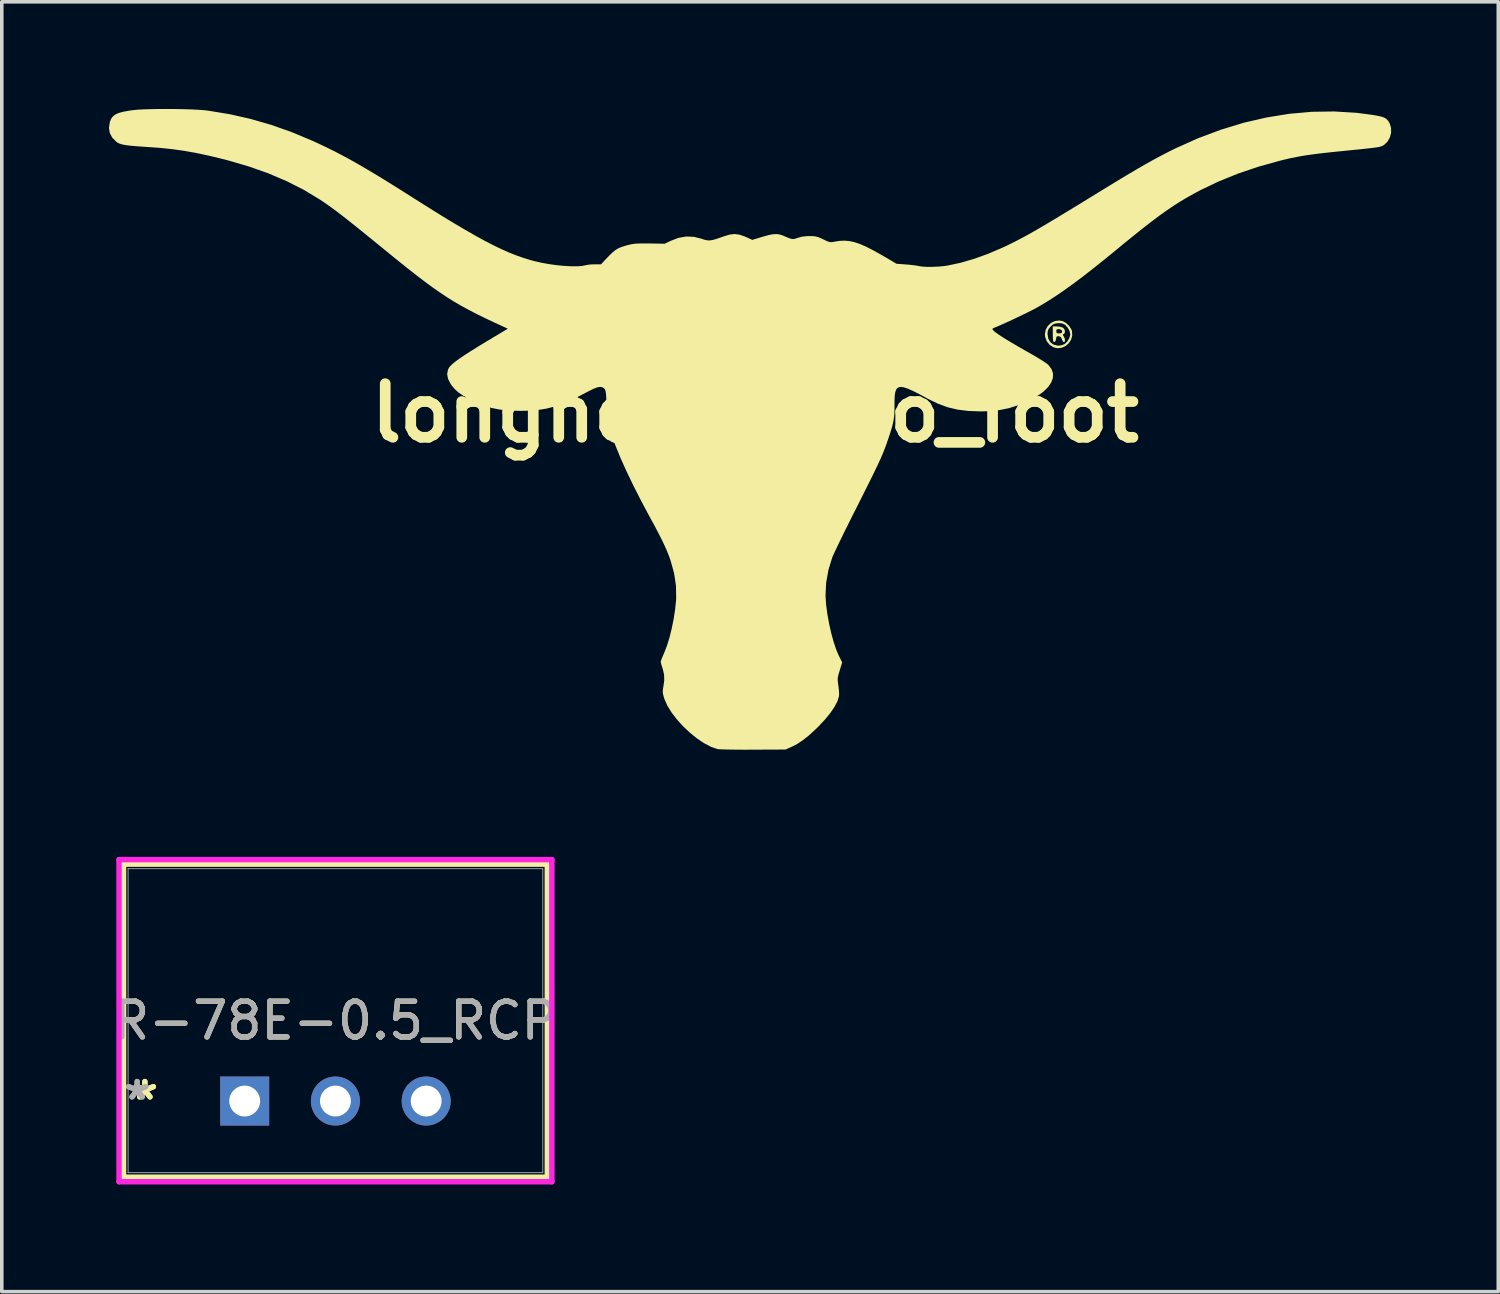
<source format=kicad_pcb>
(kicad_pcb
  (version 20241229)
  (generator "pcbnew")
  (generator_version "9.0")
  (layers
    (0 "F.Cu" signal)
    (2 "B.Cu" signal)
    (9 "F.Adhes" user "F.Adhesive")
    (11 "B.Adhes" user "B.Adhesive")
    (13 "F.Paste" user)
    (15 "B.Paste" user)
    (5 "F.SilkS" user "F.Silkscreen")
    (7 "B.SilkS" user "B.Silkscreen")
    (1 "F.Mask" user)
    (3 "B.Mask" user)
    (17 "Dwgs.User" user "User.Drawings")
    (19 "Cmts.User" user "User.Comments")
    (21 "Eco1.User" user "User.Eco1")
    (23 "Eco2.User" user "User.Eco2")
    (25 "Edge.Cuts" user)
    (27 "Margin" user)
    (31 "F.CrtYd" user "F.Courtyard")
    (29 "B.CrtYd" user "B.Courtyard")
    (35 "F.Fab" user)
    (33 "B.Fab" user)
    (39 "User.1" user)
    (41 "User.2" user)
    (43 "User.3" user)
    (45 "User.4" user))
  (footprint "longhorn_logo_foot"
    (layer "F.Cu")
    (at 18.09 8.512)
    (property "Reference" "longhorn_logo_foot" (at 0 0 0) (layer "F.SilkS") (effects (font (size 1.5 1.5) (thickness 0.3))))
    (attr board_only exclude_from_pos_files exclude_from_bom)
    (fp_poly (pts (xy 8.531 -2.417) (xy 8.601 -2.395) (xy 8.616 -2.387) (xy 8.655 -2.34) (xy 8.67 -2.282) (xy 8.658 -2.233) (xy 8.634 -2.213) (xy 8.611 -2.198) (xy 8.619 -2.17) (xy 8.634 -2.148) (xy 8.662 -2.09) (xy 8.67 -2.033) (xy 8.658 -1.993) (xy 8.639 -1.984) (xy 8.612 -2.005) (xy 8.586 -2.056) (xy 8.584 -2.064) (xy 8.556 -2.124) (xy 8.509 -2.149) (xy 8.495 -2.151) (xy 8.449 -2.15) (xy 8.428 -2.123) (xy 8.421 -2.079) (xy 8.405 -2.016) (xy 8.377 -1.988) (xy 8.345 -2) (xy 8.337 -2.031) (xy 8.331 -2.098) (xy 8.328 -2.188) (xy 8.328 -2.221) (xy 8.328 -2.29) (xy 8.426 -2.29) (xy 8.434 -2.246) (xy 8.468 -2.23) (xy 8.498 -2.229) (xy 8.554 -2.236) (xy 8.584 -2.251) (xy 8.59 -2.297) (xy 8.558 -2.335) (xy 8.5 -2.351) (xy 8.497 -2.351) (xy 8.445 -2.344) (xy 8.427 -2.314) (xy 8.426 -2.29) (xy 8.328 -2.29) (xy 8.328 -2.425) (xy 8.445 -2.425)) (stroke (width 0) (type solid)) (fill yes) (layer "F.SilkS"))
    (fp_poly (pts (xy 8.605 -2.573) (xy 8.698 -2.523) (xy 8.784 -2.442) (xy 8.846 -2.348) (xy 8.866 -2.293) (xy 8.873 -2.166) (xy 8.839 -2.05) (xy 8.772 -1.95) (xy 8.681 -1.873) (xy 8.571 -1.826) (xy 8.452 -1.816) (xy 8.352 -1.84) (xy 8.241 -1.909) (xy 8.159 -2.011) (xy 8.114 -2.134) (xy 8.107 -2.204) (xy 8.109 -2.215) (xy 8.181 -2.215) (xy 8.201 -2.086) (xy 8.257 -1.985) (xy 8.346 -1.917) (xy 8.462 -1.888) (xy 8.487 -1.887) (xy 8.573 -1.898) (xy 8.653 -1.928) (xy 8.66 -1.932) (xy 8.73 -1.996) (xy 8.786 -2.086) (xy 8.816 -2.179) (xy 8.818 -2.204) (xy 8.799 -2.294) (xy 8.749 -2.387) (xy 8.683 -2.462) (xy 8.66 -2.478) (xy 8.588 -2.51) (xy 8.502 -2.517) (xy 8.464 -2.515) (xy 8.379 -2.501) (xy 8.318 -2.469) (xy 8.262 -2.416) (xy 8.209 -2.349) (xy 8.186 -2.285) (xy 8.181 -2.215) (xy 8.109 -2.215) (xy 8.129 -2.331) (xy 8.189 -2.439) (xy 8.278 -2.523) (xy 8.388 -2.576) (xy 8.509 -2.591)) (stroke (width 0) (type solid)) (fill yes) (layer "F.SilkS"))
    (fp_poly (pts (xy -16.232 -8.51) (xy -15.999 -8.506) (xy -15.781 -8.499) (xy -15.586 -8.489) (xy -15.422 -8.477) (xy -15.321 -8.466) (xy -14.713 -8.366) (xy -14.128 -8.234) (xy -13.553 -8.068) (xy -12.981 -7.866) (xy -12.399 -7.623) (xy -12.202 -7.533) (xy -11.986 -7.43) (xy -11.772 -7.324) (xy -11.556 -7.211) (xy -11.333 -7.091) (xy -11.099 -6.958) (xy -10.848 -6.812) (xy -10.576 -6.649) (xy -10.278 -6.466) (xy -9.95 -6.261) (xy -9.587 -6.031) (xy -9.565 -6.017) (xy -9.151 -5.756) (xy -8.775 -5.522) (xy -8.431 -5.313) (xy -8.118 -5.128) (xy -7.831 -4.964) (xy -7.569 -4.82) (xy -7.326 -4.695) (xy -7.101 -4.587) (xy -6.889 -4.493) (xy -6.688 -4.413) (xy -6.495 -4.345) (xy -6.305 -4.287) (xy -6.185 -4.254) (xy -5.987 -4.208) (xy -5.776 -4.17) (xy -5.562 -4.14) (xy -5.353 -4.12) (xy -5.157 -4.109) (xy -4.984 -4.108) (xy -4.842 -4.119) (xy -4.752 -4.137) (xy -4.683 -4.151) (xy -4.587 -4.161) (xy -4.492 -4.164) (xy -4.317 -4.164) (xy -4.21 -4.279) (xy -4.092 -4.403) (xy -3.996 -4.495) (xy -3.911 -4.564) (xy -3.826 -4.614) (xy -3.733 -4.653) (xy -3.62 -4.688) (xy -3.556 -4.705) (xy -3.475 -4.724) (xy -3.395 -4.737) (xy -3.305 -4.745) (xy -3.195 -4.748) (xy -3.052 -4.748) (xy -2.951 -4.747) (xy -2.535 -4.74) (xy -2.375 -4.817) (xy -2.15 -4.904) (xy -1.931 -4.942) (xy -1.715 -4.933) (xy -1.514 -4.882) (xy -1.425 -4.852) (xy -1.349 -4.836) (xy -1.275 -4.832) (xy -1.194 -4.844) (xy -1.093 -4.872) (xy -0.964 -4.916) (xy -0.882 -4.946) (xy -0.721 -4.995) (xy -0.581 -5.012) (xy -0.444 -4.994) (xy -0.294 -4.943) (xy -0.243 -4.921) (xy -0.083 -4.847) (xy 0.21 -4.936) (xy 0.367 -4.98) (xy 0.491 -5.005) (xy 0.593 -5.011) (xy 0.685 -4.998) (xy 0.779 -4.967) (xy 0.808 -4.954) (xy 0.917 -4.908) (xy 0.994 -4.88) (xy 1.053 -4.87) (xy 1.105 -4.876) (xy 1.164 -4.895) (xy 1.187 -4.904) (xy 1.304 -4.937) (xy 1.446 -4.952) (xy 1.512 -4.954) (xy 1.617 -4.952) (xy 1.696 -4.943) (xy 1.77 -4.922) (xy 1.857 -4.884) (xy 1.901 -4.863) (xy 1.994 -4.819) (xy 2.059 -4.793) (xy 2.11 -4.784) (xy 2.164 -4.787) (xy 2.225 -4.798) (xy 2.364 -4.82) (xy 2.498 -4.826) (xy 2.632 -4.815) (xy 2.773 -4.785) (xy 2.926 -4.734) (xy 3.097 -4.66) (xy 3.291 -4.561) (xy 3.516 -4.436) (xy 3.661 -4.352) (xy 3.954 -4.179) (xy 4.212 -4.16) (xy 4.331 -4.15) (xy 4.443 -4.137) (xy 4.532 -4.124) (xy 4.568 -4.116) (xy 4.668 -4.101) (xy 4.802 -4.093) (xy 4.958 -4.093) (xy 5.122 -4.1) (xy 5.282 -4.114) (xy 5.39 -4.13) (xy 5.745 -4.206) (xy 6.123 -4.316) (xy 6.513 -4.456) (xy 6.907 -4.624) (xy 7.03 -4.681) (xy 7.155 -4.742) (xy 7.277 -4.803) (xy 7.4 -4.867) (xy 7.528 -4.935) (xy 7.664 -5.01) (xy 7.811 -5.093) (xy 7.974 -5.187) (xy 8.155 -5.294) (xy 8.359 -5.415) (xy 8.588 -5.554) (xy 8.847 -5.711) (xy 9.139 -5.889) (xy 9.467 -6.091) (xy 9.611 -6.179) (xy 9.937 -6.379) (xy 10.226 -6.555) (xy 10.484 -6.709) (xy 10.716 -6.846) (xy 10.926 -6.967) (xy 11.119 -7.075) (xy 11.3 -7.173) (xy 11.475 -7.265) (xy 11.647 -7.352) (xy 11.769 -7.412) (xy 12.401 -7.695) (xy 13.038 -7.933) (xy 13.676 -8.127) (xy 14.314 -8.274) (xy 14.949 -8.377) (xy 15.581 -8.433) (xy 16.206 -8.442) (xy 16.822 -8.405) (xy 17.263 -8.348) (xy 17.416 -8.322) (xy 17.53 -8.296) (xy 17.612 -8.267) (xy 17.671 -8.229) (xy 17.716 -8.179) (xy 17.755 -8.113) (xy 17.759 -8.106) (xy 17.797 -7.981) (xy 17.798 -7.846) (xy 17.763 -7.714) (xy 17.697 -7.598) (xy 17.604 -7.508) (xy 17.566 -7.486) (xy 17.54 -7.473) (xy 17.512 -7.463) (xy 17.477 -7.453) (xy 17.429 -7.443) (xy 17.365 -7.433) (xy 17.28 -7.422) (xy 17.167 -7.409) (xy 17.024 -7.393) (xy 16.845 -7.375) (xy 16.625 -7.353) (xy 16.456 -7.336) (xy 16.161 -7.306) (xy 15.907 -7.279) (xy 15.687 -7.252) (xy 15.494 -7.226) (xy 15.32 -7.199) (xy 15.158 -7.17) (xy 15 -7.138) (xy 14.838 -7.101) (xy 14.688 -7.064) (xy 14.088 -6.897) (xy 13.514 -6.703) (xy 12.973 -6.484) (xy 12.477 -6.248) (xy 12.275 -6.14) (xy 12.082 -6.032) (xy 11.894 -5.92) (xy 11.706 -5.8) (xy 11.512 -5.668) (xy 11.308 -5.523) (xy 11.09 -5.359) (xy 10.852 -5.174) (xy 10.59 -4.964) (xy 10.298 -4.727) (xy 10.165 -4.617) (xy 9.809 -4.326) (xy 9.485 -4.067) (xy 9.189 -3.836) (xy 8.916 -3.63) (xy 8.663 -3.448) (xy 8.427 -3.286) (xy 8.202 -3.141) (xy 7.987 -3.011) (xy 7.843 -2.93) (xy 7.754 -2.883) (xy 7.637 -2.824) (xy 7.499 -2.757) (xy 7.35 -2.685) (xy 7.197 -2.613) (xy 7.05 -2.545) (xy 6.916 -2.484) (xy 6.803 -2.435) (xy 6.721 -2.4) (xy 6.689 -2.389) (xy 6.648 -2.368) (xy 6.638 -2.352) (xy 6.657 -2.319) (xy 6.715 -2.267) (xy 6.813 -2.197) (xy 6.952 -2.106) (xy 7.131 -1.996) (xy 7.353 -1.866) (xy 7.618 -1.714) (xy 7.752 -1.639) (xy 7.88 -1.564) (xy 8 -1.491) (xy 8.102 -1.425) (xy 8.176 -1.372) (xy 8.205 -1.347) (xy 8.293 -1.231) (xy 8.335 -1.109) (xy 8.331 -0.981) (xy 8.282 -0.851) (xy 8.191 -0.721) (xy 8.058 -0.592) (xy 7.885 -0.469) (xy 7.673 -0.352) (xy 7.653 -0.342) (xy 7.374 -0.223) (xy 7.101 -0.137) (xy 6.821 -0.081) (xy 6.52 -0.052) (xy 6.295 -0.047) (xy 5.965 -0.059) (xy 5.666 -0.096) (xy 5.388 -0.162) (xy 5.12 -0.26) (xy 4.848 -0.391) (xy 4.825 -0.403) (xy 4.603 -0.524) (xy 4.419 -0.617) (xy 4.269 -0.684) (xy 4.151 -0.722) (xy 4.06 -0.732) (xy 3.994 -0.712) (xy 3.947 -0.663) (xy 3.918 -0.582) (xy 3.903 -0.471) (xy 3.898 -0.326) (xy 3.898 -0.217) (xy 3.897 -0.075) (xy 3.892 0.049) (xy 3.878 0.165) (xy 3.855 0.285) (xy 3.82 0.418) (xy 3.772 0.574) (xy 3.708 0.765) (xy 3.699 0.792) (xy 3.665 0.888) (xy 3.631 0.981) (xy 3.594 1.075) (xy 3.553 1.174) (xy 3.506 1.282) (xy 3.45 1.403) (xy 3.384 1.543) (xy 3.306 1.704) (xy 3.214 1.891) (xy 3.105 2.109) (xy 2.979 2.361) (xy 2.832 2.652) (xy 2.809 2.697) (xy 2.695 2.923) (xy 2.586 3.143) (xy 2.483 3.35) (xy 2.39 3.541) (xy 2.309 3.709) (xy 2.242 3.85) (xy 2.191 3.959) (xy 2.16 4.03) (xy 2.156 4.04) (xy 2.049 4.389) (xy 1.985 4.749) (xy 1.967 5.111) (xy 1.983 5.364) (xy 2.019 5.628) (xy 2.067 5.894) (xy 2.125 6.153) (xy 2.191 6.395) (xy 2.262 6.609) (xy 2.336 6.785) (xy 2.345 6.803) (xy 2.433 6.98) (xy 2.364 7.204) (xy 2.332 7.31) (xy 2.314 7.387) (xy 2.308 7.452) (xy 2.312 7.522) (xy 2.324 7.614) (xy 2.327 7.631) (xy 2.34 7.738) (xy 2.347 7.838) (xy 2.345 7.913) (xy 2.344 7.923) (xy 2.303 8.06) (xy 2.222 8.217) (xy 2.105 8.391) (xy 1.953 8.577) (xy 1.77 8.773) (xy 1.693 8.848) (xy 1.505 9.02) (xy 1.336 9.155) (xy 1.177 9.261) (xy 1.02 9.342) (xy 0.995 9.353) (xy 0.845 9.418) (xy -0.061 9.422) (xy -0.274 9.423) (xy -0.474 9.422) (xy -0.654 9.42) (xy -0.81 9.417) (xy -0.934 9.413) (xy -1.02 9.409) (xy -1.063 9.404) (xy -1.243 9.34) (xy -1.435 9.239) (xy -1.633 9.106) (xy -1.829 8.947) (xy -2.016 8.771) (xy -2.188 8.582) (xy -2.337 8.389) (xy -2.456 8.197) (xy -2.539 8.014) (xy -2.551 7.977) (xy -2.578 7.882) (xy -2.589 7.81) (xy -2.586 7.74) (xy -2.572 7.659) (xy -2.547 7.48) (xy -2.552 7.323) (xy -2.587 7.169) (xy -2.596 7.142) (xy -2.622 7.06) (xy -2.64 6.993) (xy -2.645 6.962) (xy -2.636 6.925) (xy -2.61 6.855) (xy -2.572 6.765) (xy -2.548 6.71) (xy -2.473 6.517) (xy -2.401 6.286) (xy -2.338 6.031) (xy -2.284 5.764) (xy -2.243 5.497) (xy -2.217 5.243) (xy -2.213 5.18) (xy -2.219 4.835) (xy -2.271 4.485) (xy -2.365 4.144) (xy -2.413 4.006) (xy -2.469 3.865) (xy -2.535 3.716) (xy -2.613 3.55) (xy -2.709 3.362) (xy -2.823 3.145) (xy -2.949 2.915) (xy -3.191 2.463) (xy -3.41 2.032) (xy -3.606 1.625) (xy -3.776 1.245) (xy -3.919 0.895) (xy -4.034 0.579) (xy -4.107 0.343) (xy -4.124 0.257) (xy -4.14 0.129) (xy -4.152 -0.032) (xy -4.161 -0.212) (xy -4.167 -0.368) (xy -4.174 -0.483) (xy -4.181 -0.564) (xy -4.191 -0.619) (xy -4.204 -0.656) (xy -4.221 -0.681) (xy -4.223 -0.683) (xy -4.274 -0.721) (xy -4.338 -0.734) (xy -4.423 -0.719) (xy -4.535 -0.676) (xy -4.672 -0.607) (xy -4.948 -0.464) (xy -5.192 -0.348) (xy -5.413 -0.255) (xy -5.62 -0.183) (xy -5.82 -0.13) (xy -6.022 -0.095) (xy -6.234 -0.073) (xy -6.465 -0.063) (xy -6.589 -0.062) (xy -6.885 -0.07) (xy -7.147 -0.097) (xy -7.387 -0.144) (xy -7.618 -0.216) (xy -7.853 -0.316) (xy -8.022 -0.401) (xy -8.185 -0.493) (xy -8.311 -0.58) (xy -8.41 -0.669) (xy -8.493 -0.768) (xy -8.528 -0.818) (xy -8.6 -0.96) (xy -8.624 -1.091) (xy -8.601 -1.212) (xy -8.574 -1.267) (xy -8.536 -1.316) (xy -8.475 -1.375) (xy -8.389 -1.445) (xy -8.276 -1.527) (xy -8.132 -1.625) (xy -7.954 -1.739) (xy -7.741 -1.872) (xy -7.489 -2.025) (xy -7.29 -2.144) (xy -6.926 -2.361) (xy -7.021 -2.405) (xy -7.303 -2.535) (xy -7.559 -2.656) (xy -7.794 -2.771) (xy -8.012 -2.884) (xy -8.219 -2.996) (xy -8.418 -3.112) (xy -8.615 -3.234) (xy -8.814 -3.366) (xy -9.019 -3.509) (xy -9.236 -3.668) (xy -9.469 -3.845) (xy -9.722 -4.044) (xy -10.001 -4.267) (xy -10.309 -4.517) (xy -10.496 -4.67) (xy -10.769 -4.892) (xy -11.008 -5.086) (xy -11.218 -5.255) (xy -11.403 -5.402) (xy -11.566 -5.529) (xy -11.712 -5.641) (xy -11.846 -5.74) (xy -11.97 -5.829) (xy -12.089 -5.911) (xy -12.199 -5.984) (xy -12.636 -6.248) (xy -13.109 -6.488) (xy -13.618 -6.705) (xy -14.167 -6.9) (xy -14.758 -7.073) (xy -14.91 -7.112) (xy -15.294 -7.205) (xy -15.647 -7.28) (xy -15.982 -7.34) (xy -16.313 -7.386) (xy -16.654 -7.422) (xy -16.986 -7.446) (xy -17.211 -7.461) (xy -17.393 -7.475) (xy -17.537 -7.489) (xy -17.649 -7.505) (xy -17.735 -7.523) (xy -17.8 -7.544) (xy -17.85 -7.569) (xy -17.88 -7.591) (xy -17.998 -7.709) (xy -18.067 -7.839) (xy -18.09 -7.984) (xy -18.066 -8.142) (xy -18.064 -8.149) (xy -18.03 -8.235) (xy -17.98 -8.304) (xy -17.909 -8.359) (xy -17.81 -8.402) (xy -17.677 -8.437) (xy -17.504 -8.467) (xy -17.415 -8.479) (xy -17.288 -8.492) (xy -17.12 -8.501) (xy -16.922 -8.507) (xy -16.702 -8.511) (xy -16.469 -8.512)) (stroke (width 0) (type solid)) (fill yes) (layer "F.SilkS")))
  (footprint "R-78E-0.5_RCP"
    (layer "F.Cu")
    (at 3.799 27.769)
    (property "Reference" "R-78E-0.5_RCP" (at 2.54 -2.25 0) (unlocked yes) (layer "F.SilkS") (effects (font (size 1 1) (thickness 0.15))))
    (attr through_hole)
    (fp_line (start -3.391 -6.631) (end -3.391 2.132) (stroke (width 0.152) (type solid)) (layer "F.SilkS"))
    (fp_line (start -3.391 2.132) (end 8.471 2.132) (stroke (width 0.152) (type solid)) (layer "F.SilkS"))
    (fp_line (start 8.471 -6.631) (end -3.391 -6.631) (stroke (width 0.152) (type solid)) (layer "F.SilkS"))
    (fp_line (start 8.471 2.132) (end 8.471 -6.631) (stroke (width 0.152) (type solid)) (layer "F.SilkS"))
    (fp_line (start -3.518 -6.758) (end 8.598 -6.758) (stroke (width 0.152) (type solid)) (layer "F.CrtYd"))
    (fp_line (start -3.518 2.259) (end -3.518 -6.758) (stroke (width 0.152) (type solid)) (layer "F.CrtYd"))
    (fp_line (start 8.598 -6.758) (end 8.598 2.259) (stroke (width 0.152) (type solid)) (layer "F.CrtYd"))
    (fp_line (start 8.598 2.259) (end -3.518 2.259) (stroke (width 0.152) (type solid)) (layer "F.CrtYd"))
    (fp_line (start -3.264 -6.504) (end -3.264 2.005) (stroke (width 0.025) (type solid)) (layer "F.Fab"))
    (fp_line (start -3.264 2.005) (end 8.344 2.005) (stroke (width 0.025) (type solid)) (layer "F.Fab"))
    (fp_line (start 8.344 -6.504) (end -3.264 -6.504) (stroke (width 0.025) (type solid)) (layer "F.Fab"))
    (fp_line (start 8.344 2.005) (end 8.344 -6.504) (stroke (width 0.025) (type solid)) (layer "F.Fab"))
    (fp_text user "*" (at -2.794 0 0) (layer "F.SilkS") (effects (font (size 1 1) (thickness 0.15))))
    (fp_text user "*" (at -2.794 0 0) (unlocked yes) (layer "F.SilkS") (effects (font (size 1 1) (thickness 0.15))))
    (fp_text user "*" (at -3.01 0 0) (unlocked yes) (layer "F.Fab") (effects (font (size 1 1) (thickness 0.15))))
    (fp_text user "${REFERENCE}" (at 2.54 -2.25 0) (unlocked yes) (layer "F.Fab") (effects (font (size 1 1) (thickness 0.15))))
    (fp_text user "*" (at -3.01 0 0) (layer "F.Fab") (effects (font (size 1 1) (thickness 0.15))))
    (pad "1" thru_hole rect (at 0 0) (size 1.372 1.372) (drill 0.864) (layers "*.Cu" "*.Mask"))
    (pad "2" thru_hole circle (at 2.54 0) (size 1.372 1.372) (drill 0.864) (layers "*.Cu" "*.Mask"))
    (pad "3" thru_hole circle (at 5.08 0) (size 1.372 1.372) (drill 0.864) (layers "*.Cu" "*.Mask")))
  (gr_rect
    (start -3 -3)
    (end 38.888 33.104)
    (stroke (width 0.1) (type default))
    (fill no)
    (layer "Edge.Cuts")))
</source>
